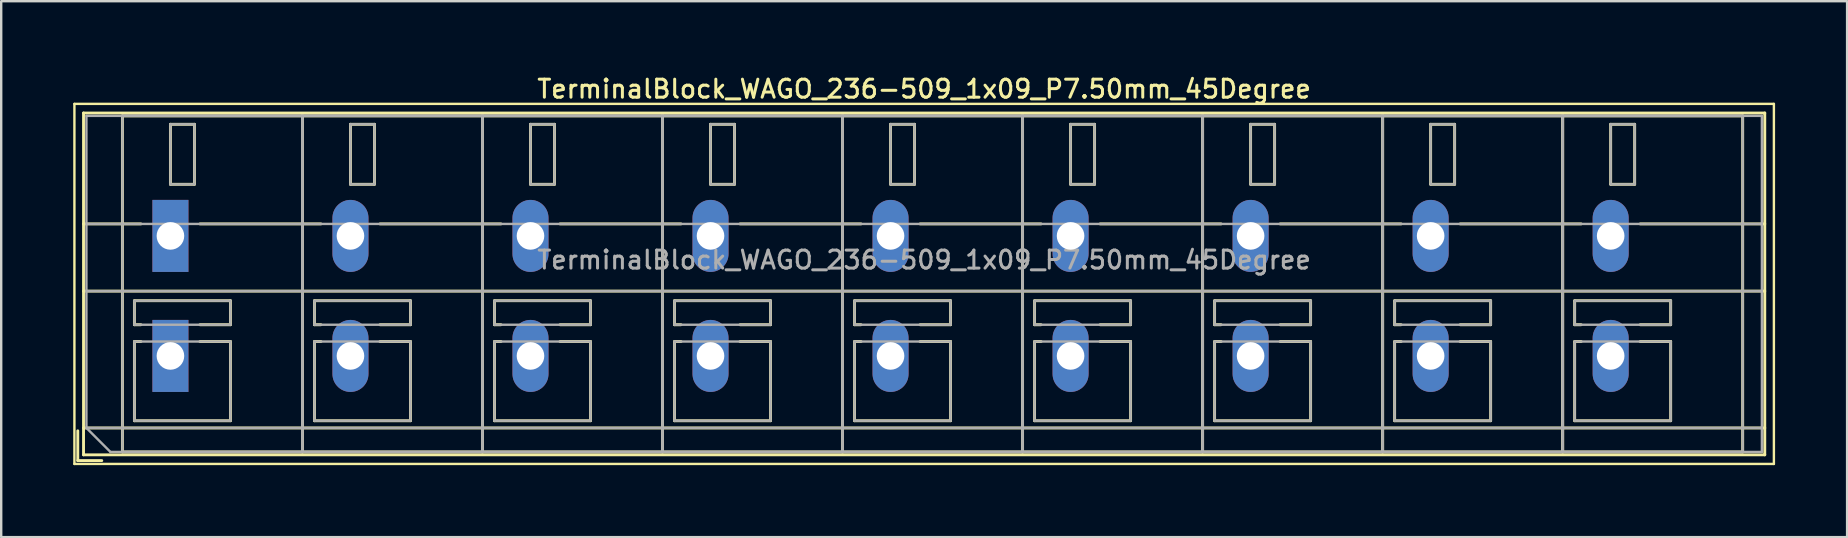
<source format=kicad_pcb>
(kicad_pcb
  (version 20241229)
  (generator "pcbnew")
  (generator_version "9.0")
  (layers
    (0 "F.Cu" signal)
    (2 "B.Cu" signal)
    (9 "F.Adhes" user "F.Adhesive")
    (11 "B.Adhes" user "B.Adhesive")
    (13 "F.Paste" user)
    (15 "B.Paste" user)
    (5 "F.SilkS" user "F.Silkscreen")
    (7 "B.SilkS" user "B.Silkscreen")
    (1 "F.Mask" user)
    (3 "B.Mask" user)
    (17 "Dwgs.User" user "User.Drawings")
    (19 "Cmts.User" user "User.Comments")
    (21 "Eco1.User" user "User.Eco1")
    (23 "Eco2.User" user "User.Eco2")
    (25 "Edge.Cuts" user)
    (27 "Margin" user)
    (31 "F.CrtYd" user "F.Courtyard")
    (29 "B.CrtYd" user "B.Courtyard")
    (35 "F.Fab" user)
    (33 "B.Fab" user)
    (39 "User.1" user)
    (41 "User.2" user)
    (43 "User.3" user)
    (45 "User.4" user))
  (footprint "TerminalBlock_WAGO_236-509_1x09_P7.50mm_45Degree"
    (layer "F.Cu")
    (at 4.05 6.778)
    (property "Reference" "TerminalBlock_WAGO_236-509_1x09_P7.50mm_45Degree" (at 31.4 -6.12 0) (layer "F.SilkS") (effects (font (size 0.75 0.75) (thickness 0.125))))
    (attr through_hole)
    (fp_line (start -4 -5.5) (end -4 9.5) (stroke (width 0.1) (type solid)) (layer "F.SilkS"))
    (fp_line (start -4 9.5) (end 66.8 9.5) (stroke (width 0.1) (type solid)) (layer "F.SilkS"))
    (fp_line (start -3.86 8.12) (end -3.86 9.36) (stroke (width 0.12) (type solid)) (layer "F.SilkS"))
    (fp_line (start -3.86 9.36) (end -2.86 9.36) (stroke (width 0.12) (type solid)) (layer "F.SilkS"))
    (fp_line (start -3.62 -5.12) (end -3.62 9.12) (stroke (width 0.12) (type solid)) (layer "F.SilkS"))
    (fp_line (start -3.62 -5.12) (end 66.42 -5.12) (stroke (width 0.12) (type solid)) (layer "F.SilkS"))
    (fp_line (start -3.62 -0.5) (end -1.23 -0.5) (stroke (width 0.12) (type solid)) (layer "F.SilkS"))
    (fp_line (start -3.62 2.3) (end 66.42 2.3) (stroke (width 0.12) (type solid)) (layer "F.SilkS"))
    (fp_line (start -3.62 8) (end 66.42 8) (stroke (width 0.12) (type solid)) (layer "F.SilkS"))
    (fp_line (start -3.62 9.12) (end 66.42 9.12) (stroke (width 0.12) (type solid)) (layer "F.SilkS"))
    (fp_line (start -2 -5) (end -2 9) (stroke (width 0.12) (type solid)) (layer "F.SilkS"))
    (fp_line (start -2 -5) (end 5.5 -5) (stroke (width 0.12) (type solid)) (layer "F.SilkS"))
    (fp_line (start -2 9) (end 5.5 9) (stroke (width 0.12) (type solid)) (layer "F.SilkS"))
    (fp_line (start -1.5 2.7) (end -1.5 3.7) (stroke (width 0.12) (type solid)) (layer "F.SilkS"))
    (fp_line (start -1.5 2.7) (end 2.5 2.7) (stroke (width 0.12) (type solid)) (layer "F.SilkS"))
    (fp_line (start -1.5 3.7) (end -1.23 3.7) (stroke (width 0.12) (type solid)) (layer "F.SilkS"))
    (fp_line (start -1.5 4.4) (end -1.5 7.7) (stroke (width 0.12) (type solid)) (layer "F.SilkS"))
    (fp_line (start -1.5 4.4) (end -1.23 4.4) (stroke (width 0.12) (type solid)) (layer "F.SilkS"))
    (fp_line (start -1.5 7.7) (end 2.5 7.7) (stroke (width 0.12) (type solid)) (layer "F.SilkS"))
    (fp_line (start 0 -4.65) (end 0 -2.151) (stroke (width 0.12) (type solid)) (layer "F.SilkS"))
    (fp_line (start 0 -4.65) (end 1 -4.65) (stroke (width 0.12) (type solid)) (layer "F.SilkS"))
    (fp_line (start 0 -2.151) (end 1 -2.151) (stroke (width 0.12) (type solid)) (layer "F.SilkS"))
    (fp_line (start 1 -4.65) (end 1 -2.151) (stroke (width 0.12) (type solid)) (layer "F.SilkS"))
    (fp_line (start 1.23 -0.5) (end 6.27 -0.5) (stroke (width 0.12) (type solid)) (layer "F.SilkS"))
    (fp_line (start 1.23 3.7) (end 2.5 3.7) (stroke (width 0.12) (type solid)) (layer "F.SilkS"))
    (fp_line (start 1.23 4.4) (end 2.5 4.4) (stroke (width 0.12) (type solid)) (layer "F.SilkS"))
    (fp_line (start 2.5 2.7) (end 2.5 3.7) (stroke (width 0.12) (type solid)) (layer "F.SilkS"))
    (fp_line (start 2.5 4.4) (end 2.5 7.7) (stroke (width 0.12) (type solid)) (layer "F.SilkS"))
    (fp_line (start 5.5 -5) (end 5.5 9) (stroke (width 0.12) (type solid)) (layer "F.SilkS"))
    (fp_line (start 5.5 -5) (end 5.5 9) (stroke (width 0.12) (type solid)) (layer "F.SilkS"))
    (fp_line (start 5.5 -5) (end 13 -5) (stroke (width 0.12) (type solid)) (layer "F.SilkS"))
    (fp_line (start 5.5 9) (end 13 9) (stroke (width 0.12) (type solid)) (layer "F.SilkS"))
    (fp_line (start 6 2.7) (end 6 3.7) (stroke (width 0.12) (type solid)) (layer "F.SilkS"))
    (fp_line (start 6 2.7) (end 10 2.7) (stroke (width 0.12) (type solid)) (layer "F.SilkS"))
    (fp_line (start 6 3.7) (end 6.27 3.7) (stroke (width 0.12) (type solid)) (layer "F.SilkS"))
    (fp_line (start 6 4.4) (end 6 7.7) (stroke (width 0.12) (type solid)) (layer "F.SilkS"))
    (fp_line (start 6 4.4) (end 6.27 4.4) (stroke (width 0.12) (type solid)) (layer "F.SilkS"))
    (fp_line (start 6 7.7) (end 10 7.7) (stroke (width 0.12) (type solid)) (layer "F.SilkS"))
    (fp_line (start 7.5 -4.65) (end 7.5 -2.151) (stroke (width 0.12) (type solid)) (layer "F.SilkS"))
    (fp_line (start 7.5 -4.65) (end 8.5 -4.65) (stroke (width 0.12) (type solid)) (layer "F.SilkS"))
    (fp_line (start 7.5 -2.151) (end 8.5 -2.151) (stroke (width 0.12) (type solid)) (layer "F.SilkS"))
    (fp_line (start 8.5 -4.65) (end 8.5 -2.151) (stroke (width 0.12) (type solid)) (layer "F.SilkS"))
    (fp_line (start 8.73 -0.5) (end 13.77 -0.5) (stroke (width 0.12) (type solid)) (layer "F.SilkS"))
    (fp_line (start 8.73 3.7) (end 10 3.7) (stroke (width 0.12) (type solid)) (layer "F.SilkS"))
    (fp_line (start 8.73 4.4) (end 10 4.4) (stroke (width 0.12) (type solid)) (layer "F.SilkS"))
    (fp_line (start 10 2.7) (end 10 3.7) (stroke (width 0.12) (type solid)) (layer "F.SilkS"))
    (fp_line (start 10 4.4) (end 10 7.7) (stroke (width 0.12) (type solid)) (layer "F.SilkS"))
    (fp_line (start 13 -5) (end 13 9) (stroke (width 0.12) (type solid)) (layer "F.SilkS"))
    (fp_line (start 13 -5) (end 13 9) (stroke (width 0.12) (type solid)) (layer "F.SilkS"))
    (fp_line (start 13 -5) (end 20.5 -5) (stroke (width 0.12) (type solid)) (layer "F.SilkS"))
    (fp_line (start 13 9) (end 20.5 9) (stroke (width 0.12) (type solid)) (layer "F.SilkS"))
    (fp_line (start 13.5 2.7) (end 13.5 3.7) (stroke (width 0.12) (type solid)) (layer "F.SilkS"))
    (fp_line (start 13.5 2.7) (end 17.5 2.7) (stroke (width 0.12) (type solid)) (layer "F.SilkS"))
    (fp_line (start 13.5 3.7) (end 13.77 3.7) (stroke (width 0.12) (type solid)) (layer "F.SilkS"))
    (fp_line (start 13.5 4.4) (end 13.5 7.7) (stroke (width 0.12) (type solid)) (layer "F.SilkS"))
    (fp_line (start 13.5 4.4) (end 13.77 4.4) (stroke (width 0.12) (type solid)) (layer "F.SilkS"))
    (fp_line (start 13.5 7.7) (end 17.5 7.7) (stroke (width 0.12) (type solid)) (layer "F.SilkS"))
    (fp_line (start 15 -4.65) (end 15 -2.151) (stroke (width 0.12) (type solid)) (layer "F.SilkS"))
    (fp_line (start 15 -4.65) (end 16 -4.65) (stroke (width 0.12) (type solid)) (layer "F.SilkS"))
    (fp_line (start 15 -2.151) (end 16 -2.151) (stroke (width 0.12) (type solid)) (layer "F.SilkS"))
    (fp_line (start 16 -4.65) (end 16 -2.151) (stroke (width 0.12) (type solid)) (layer "F.SilkS"))
    (fp_line (start 16.23 -0.5) (end 21.27 -0.5) (stroke (width 0.12) (type solid)) (layer "F.SilkS"))
    (fp_line (start 16.23 3.7) (end 17.5 3.7) (stroke (width 0.12) (type solid)) (layer "F.SilkS"))
    (fp_line (start 16.23 4.4) (end 17.5 4.4) (stroke (width 0.12) (type solid)) (layer "F.SilkS"))
    (fp_line (start 17.5 2.7) (end 17.5 3.7) (stroke (width 0.12) (type solid)) (layer "F.SilkS"))
    (fp_line (start 17.5 4.4) (end 17.5 7.7) (stroke (width 0.12) (type solid)) (layer "F.SilkS"))
    (fp_line (start 20.5 -5) (end 20.5 9) (stroke (width 0.12) (type solid)) (layer "F.SilkS"))
    (fp_line (start 20.5 -5) (end 20.5 9) (stroke (width 0.12) (type solid)) (layer "F.SilkS"))
    (fp_line (start 20.5 -5) (end 28 -5) (stroke (width 0.12) (type solid)) (layer "F.SilkS"))
    (fp_line (start 20.5 9) (end 28 9) (stroke (width 0.12) (type solid)) (layer "F.SilkS"))
    (fp_line (start 21 2.7) (end 21 3.7) (stroke (width 0.12) (type solid)) (layer "F.SilkS"))
    (fp_line (start 21 2.7) (end 25 2.7) (stroke (width 0.12) (type solid)) (layer "F.SilkS"))
    (fp_line (start 21 3.7) (end 21.27 3.7) (stroke (width 0.12) (type solid)) (layer "F.SilkS"))
    (fp_line (start 21 4.4) (end 21 7.7) (stroke (width 0.12) (type solid)) (layer "F.SilkS"))
    (fp_line (start 21 4.4) (end 21.27 4.4) (stroke (width 0.12) (type solid)) (layer "F.SilkS"))
    (fp_line (start 21 7.7) (end 25 7.7) (stroke (width 0.12) (type solid)) (layer "F.SilkS"))
    (fp_line (start 22.5 -4.65) (end 22.5 -2.151) (stroke (width 0.12) (type solid)) (layer "F.SilkS"))
    (fp_line (start 22.5 -4.65) (end 23.5 -4.65) (stroke (width 0.12) (type solid)) (layer "F.SilkS"))
    (fp_line (start 22.5 -2.151) (end 23.5 -2.151) (stroke (width 0.12) (type solid)) (layer "F.SilkS"))
    (fp_line (start 23.5 -4.65) (end 23.5 -2.151) (stroke (width 0.12) (type solid)) (layer "F.SilkS"))
    (fp_line (start 23.73 -0.5) (end 28.77 -0.5) (stroke (width 0.12) (type solid)) (layer "F.SilkS"))
    (fp_line (start 23.73 3.7) (end 25 3.7) (stroke (width 0.12) (type solid)) (layer "F.SilkS"))
    (fp_line (start 23.73 4.4) (end 25 4.4) (stroke (width 0.12) (type solid)) (layer "F.SilkS"))
    (fp_line (start 25 2.7) (end 25 3.7) (stroke (width 0.12) (type solid)) (layer "F.SilkS"))
    (fp_line (start 25 4.4) (end 25 7.7) (stroke (width 0.12) (type solid)) (layer "F.SilkS"))
    (fp_line (start 28 -5) (end 28 9) (stroke (width 0.12) (type solid)) (layer "F.SilkS"))
    (fp_line (start 28 -5) (end 28 9) (stroke (width 0.12) (type solid)) (layer "F.SilkS"))
    (fp_line (start 28 -5) (end 35.5 -5) (stroke (width 0.12) (type solid)) (layer "F.SilkS"))
    (fp_line (start 28 9) (end 35.5 9) (stroke (width 0.12) (type solid)) (layer "F.SilkS"))
    (fp_line (start 28.5 2.7) (end 28.5 3.7) (stroke (width 0.12) (type solid)) (layer "F.SilkS"))
    (fp_line (start 28.5 2.7) (end 32.5 2.7) (stroke (width 0.12) (type solid)) (layer "F.SilkS"))
    (fp_line (start 28.5 3.7) (end 28.77 3.7) (stroke (width 0.12) (type solid)) (layer "F.SilkS"))
    (fp_line (start 28.5 4.4) (end 28.5 7.7) (stroke (width 0.12) (type solid)) (layer "F.SilkS"))
    (fp_line (start 28.5 4.4) (end 28.77 4.4) (stroke (width 0.12) (type solid)) (layer "F.SilkS"))
    (fp_line (start 28.5 7.7) (end 32.5 7.7) (stroke (width 0.12) (type solid)) (layer "F.SilkS"))
    (fp_line (start 30 -4.65) (end 30 -2.151) (stroke (width 0.12) (type solid)) (layer "F.SilkS"))
    (fp_line (start 30 -4.65) (end 31 -4.65) (stroke (width 0.12) (type solid)) (layer "F.SilkS"))
    (fp_line (start 30 -2.151) (end 31 -2.151) (stroke (width 0.12) (type solid)) (layer "F.SilkS"))
    (fp_line (start 31 -4.65) (end 31 -2.151) (stroke (width 0.12) (type solid)) (layer "F.SilkS"))
    (fp_line (start 31.23 -0.5) (end 36.27 -0.5) (stroke (width 0.12) (type solid)) (layer "F.SilkS"))
    (fp_line (start 31.23 3.7) (end 32.5 3.7) (stroke (width 0.12) (type solid)) (layer "F.SilkS"))
    (fp_line (start 31.23 4.4) (end 32.5 4.4) (stroke (width 0.12) (type solid)) (layer "F.SilkS"))
    (fp_line (start 32.5 2.7) (end 32.5 3.7) (stroke (width 0.12) (type solid)) (layer "F.SilkS"))
    (fp_line (start 32.5 4.4) (end 32.5 7.7) (stroke (width 0.12) (type solid)) (layer "F.SilkS"))
    (fp_line (start 35.5 -5) (end 35.5 9) (stroke (width 0.12) (type solid)) (layer "F.SilkS"))
    (fp_line (start 35.5 -5) (end 35.5 9) (stroke (width 0.12) (type solid)) (layer "F.SilkS"))
    (fp_line (start 35.5 -5) (end 43 -5) (stroke (width 0.12) (type solid)) (layer "F.SilkS"))
    (fp_line (start 35.5 9) (end 43 9) (stroke (width 0.12) (type solid)) (layer "F.SilkS"))
    (fp_line (start 36 2.7) (end 36 3.7) (stroke (width 0.12) (type solid)) (layer "F.SilkS"))
    (fp_line (start 36 2.7) (end 40 2.7) (stroke (width 0.12) (type solid)) (layer "F.SilkS"))
    (fp_line (start 36 3.7) (end 36.27 3.7) (stroke (width 0.12) (type solid)) (layer "F.SilkS"))
    (fp_line (start 36 4.4) (end 36 7.7) (stroke (width 0.12) (type solid)) (layer "F.SilkS"))
    (fp_line (start 36 4.4) (end 36.27 4.4) (stroke (width 0.12) (type solid)) (layer "F.SilkS"))
    (fp_line (start 36 7.7) (end 40 7.7) (stroke (width 0.12) (type solid)) (layer "F.SilkS"))
    (fp_line (start 37.5 -4.65) (end 37.5 -2.151) (stroke (width 0.12) (type solid)) (layer "F.SilkS"))
    (fp_line (start 37.5 -4.65) (end 38.5 -4.65) (stroke (width 0.12) (type solid)) (layer "F.SilkS"))
    (fp_line (start 37.5 -2.151) (end 38.5 -2.151) (stroke (width 0.12) (type solid)) (layer "F.SilkS"))
    (fp_line (start 38.5 -4.65) (end 38.5 -2.151) (stroke (width 0.12) (type solid)) (layer "F.SilkS"))
    (fp_line (start 38.73 -0.5) (end 43.77 -0.5) (stroke (width 0.12) (type solid)) (layer "F.SilkS"))
    (fp_line (start 38.73 3.7) (end 40 3.7) (stroke (width 0.12) (type solid)) (layer "F.SilkS"))
    (fp_line (start 38.73 4.4) (end 40 4.4) (stroke (width 0.12) (type solid)) (layer "F.SilkS"))
    (fp_line (start 40 2.7) (end 40 3.7) (stroke (width 0.12) (type solid)) (layer "F.SilkS"))
    (fp_line (start 40 4.4) (end 40 7.7) (stroke (width 0.12) (type solid)) (layer "F.SilkS"))
    (fp_line (start 43 -5) (end 43 9) (stroke (width 0.12) (type solid)) (layer "F.SilkS"))
    (fp_line (start 43 -5) (end 43 9) (stroke (width 0.12) (type solid)) (layer "F.SilkS"))
    (fp_line (start 43 -5) (end 50.5 -5) (stroke (width 0.12) (type solid)) (layer "F.SilkS"))
    (fp_line (start 43 9) (end 50.5 9) (stroke (width 0.12) (type solid)) (layer "F.SilkS"))
    (fp_line (start 43.5 2.7) (end 43.5 3.7) (stroke (width 0.12) (type solid)) (layer "F.SilkS"))
    (fp_line (start 43.5 2.7) (end 47.5 2.7) (stroke (width 0.12) (type solid)) (layer "F.SilkS"))
    (fp_line (start 43.5 3.7) (end 43.77 3.7) (stroke (width 0.12) (type solid)) (layer "F.SilkS"))
    (fp_line (start 43.5 4.4) (end 43.5 7.7) (stroke (width 0.12) (type solid)) (layer "F.SilkS"))
    (fp_line (start 43.5 4.4) (end 43.77 4.4) (stroke (width 0.12) (type solid)) (layer "F.SilkS"))
    (fp_line (start 43.5 7.7) (end 47.5 7.7) (stroke (width 0.12) (type solid)) (layer "F.SilkS"))
    (fp_line (start 45 -4.65) (end 45 -2.151) (stroke (width 0.12) (type solid)) (layer "F.SilkS"))
    (fp_line (start 45 -4.65) (end 46 -4.65) (stroke (width 0.12) (type solid)) (layer "F.SilkS"))
    (fp_line (start 45 -2.151) (end 46 -2.151) (stroke (width 0.12) (type solid)) (layer "F.SilkS"))
    (fp_line (start 46 -4.65) (end 46 -2.151) (stroke (width 0.12) (type solid)) (layer "F.SilkS"))
    (fp_line (start 46.23 -0.5) (end 51.27 -0.5) (stroke (width 0.12) (type solid)) (layer "F.SilkS"))
    (fp_line (start 46.23 3.7) (end 47.5 3.7) (stroke (width 0.12) (type solid)) (layer "F.SilkS"))
    (fp_line (start 46.23 4.4) (end 47.5 4.4) (stroke (width 0.12) (type solid)) (layer "F.SilkS"))
    (fp_line (start 47.5 2.7) (end 47.5 3.7) (stroke (width 0.12) (type solid)) (layer "F.SilkS"))
    (fp_line (start 47.5 4.4) (end 47.5 7.7) (stroke (width 0.12) (type solid)) (layer "F.SilkS"))
    (fp_line (start 50.5 -5) (end 50.5 9) (stroke (width 0.12) (type solid)) (layer "F.SilkS"))
    (fp_line (start 50.5 -5) (end 50.5 9) (stroke (width 0.12) (type solid)) (layer "F.SilkS"))
    (fp_line (start 50.5 -5) (end 58 -5) (stroke (width 0.12) (type solid)) (layer "F.SilkS"))
    (fp_line (start 50.5 9) (end 58 9) (stroke (width 0.12) (type solid)) (layer "F.SilkS"))
    (fp_line (start 51 2.7) (end 51 3.7) (stroke (width 0.12) (type solid)) (layer "F.SilkS"))
    (fp_line (start 51 2.7) (end 55 2.7) (stroke (width 0.12) (type solid)) (layer "F.SilkS"))
    (fp_line (start 51 3.7) (end 51.27 3.7) (stroke (width 0.12) (type solid)) (layer "F.SilkS"))
    (fp_line (start 51 4.4) (end 51 7.7) (stroke (width 0.12) (type solid)) (layer "F.SilkS"))
    (fp_line (start 51 4.4) (end 51.27 4.4) (stroke (width 0.12) (type solid)) (layer "F.SilkS"))
    (fp_line (start 51 7.7) (end 55 7.7) (stroke (width 0.12) (type solid)) (layer "F.SilkS"))
    (fp_line (start 52.5 -4.65) (end 52.5 -2.151) (stroke (width 0.12) (type solid)) (layer "F.SilkS"))
    (fp_line (start 52.5 -4.65) (end 53.5 -4.65) (stroke (width 0.12) (type solid)) (layer "F.SilkS"))
    (fp_line (start 52.5 -2.151) (end 53.5 -2.151) (stroke (width 0.12) (type solid)) (layer "F.SilkS"))
    (fp_line (start 53.5 -4.65) (end 53.5 -2.151) (stroke (width 0.12) (type solid)) (layer "F.SilkS"))
    (fp_line (start 53.73 -0.5) (end 58.77 -0.5) (stroke (width 0.12) (type solid)) (layer "F.SilkS"))
    (fp_line (start 53.73 3.7) (end 55 3.7) (stroke (width 0.12) (type solid)) (layer "F.SilkS"))
    (fp_line (start 53.73 4.4) (end 55 4.4) (stroke (width 0.12) (type solid)) (layer "F.SilkS"))
    (fp_line (start 55 2.7) (end 55 3.7) (stroke (width 0.12) (type solid)) (layer "F.SilkS"))
    (fp_line (start 55 4.4) (end 55 7.7) (stroke (width 0.12) (type solid)) (layer "F.SilkS"))
    (fp_line (start 58 -5) (end 58 9) (stroke (width 0.12) (type solid)) (layer "F.SilkS"))
    (fp_line (start 58 -5) (end 58 9) (stroke (width 0.12) (type solid)) (layer "F.SilkS"))
    (fp_line (start 58 -5) (end 65.5 -5) (stroke (width 0.12) (type solid)) (layer "F.SilkS"))
    (fp_line (start 58 9) (end 65.5 9) (stroke (width 0.12) (type solid)) (layer "F.SilkS"))
    (fp_line (start 58.5 2.7) (end 58.5 3.7) (stroke (width 0.12) (type solid)) (layer "F.SilkS"))
    (fp_line (start 58.5 2.7) (end 62.5 2.7) (stroke (width 0.12) (type solid)) (layer "F.SilkS"))
    (fp_line (start 58.5 3.7) (end 58.77 3.7) (stroke (width 0.12) (type solid)) (layer "F.SilkS"))
    (fp_line (start 58.5 4.4) (end 58.5 7.7) (stroke (width 0.12) (type solid)) (layer "F.SilkS"))
    (fp_line (start 58.5 4.4) (end 58.77 4.4) (stroke (width 0.12) (type solid)) (layer "F.SilkS"))
    (fp_line (start 58.5 7.7) (end 62.5 7.7) (stroke (width 0.12) (type solid)) (layer "F.SilkS"))
    (fp_line (start 60 -4.65) (end 60 -2.151) (stroke (width 0.12) (type solid)) (layer "F.SilkS"))
    (fp_line (start 60 -4.65) (end 61 -4.65) (stroke (width 0.12) (type solid)) (layer "F.SilkS"))
    (fp_line (start 60 -2.151) (end 61 -2.151) (stroke (width 0.12) (type solid)) (layer "F.SilkS"))
    (fp_line (start 61 -4.65) (end 61 -2.151) (stroke (width 0.12) (type solid)) (layer "F.SilkS"))
    (fp_line (start 61.23 -0.5) (end 66.42 -0.5) (stroke (width 0.12) (type solid)) (layer "F.SilkS"))
    (fp_line (start 61.23 3.7) (end 62.5 3.7) (stroke (width 0.12) (type solid)) (layer "F.SilkS"))
    (fp_line (start 61.23 4.4) (end 62.5 4.4) (stroke (width 0.12) (type solid)) (layer "F.SilkS"))
    (fp_line (start 62.5 2.7) (end 62.5 3.7) (stroke (width 0.12) (type solid)) (layer "F.SilkS"))
    (fp_line (start 62.5 4.4) (end 62.5 7.7) (stroke (width 0.12) (type solid)) (layer "F.SilkS"))
    (fp_line (start 65.5 -5) (end 65.5 9) (stroke (width 0.12) (type solid)) (layer "F.SilkS"))
    (fp_line (start 66.42 -5.12) (end 66.42 9.12) (stroke (width 0.12) (type solid)) (layer "F.SilkS"))
    (fp_line (start 66.8 -5.5) (end -4 -5.5) (stroke (width 0.1) (type solid)) (layer "F.SilkS"))
    (fp_line (start 66.8 9.5) (end 66.8 -5.5) (stroke (width 0.1) (type solid)) (layer "F.SilkS"))
    (fp_line (start -3.5 -5) (end 66.3 -5) (stroke (width 0.1) (type solid)) (layer "F.Fab"))
    (fp_line (start -3.5 -0.5) (end 66.3 -0.5) (stroke (width 0.1) (type solid)) (layer "F.Fab"))
    (fp_line (start -3.5 2.3) (end 66.3 2.3) (stroke (width 0.1) (type solid)) (layer "F.Fab"))
    (fp_line (start -3.5 8) (end -3.5 -5) (stroke (width 0.1) (type solid)) (layer "F.Fab"))
    (fp_line (start -3.5 8) (end 66.3 8) (stroke (width 0.1) (type solid)) (layer "F.Fab"))
    (fp_line (start -2.5 9) (end -3.5 8) (stroke (width 0.1) (type solid)) (layer "F.Fab"))
    (fp_line (start -2 -5) (end -2 9) (stroke (width 0.1) (type solid)) (layer "F.Fab"))
    (fp_line (start -2 9) (end 5.5 9) (stroke (width 0.1) (type solid)) (layer "F.Fab"))
    (fp_line (start -1.5 2.7) (end -1.5 3.7) (stroke (width 0.1) (type solid)) (layer "F.Fab"))
    (fp_line (start -1.5 3.7) (end 2.5 3.7) (stroke (width 0.1) (type solid)) (layer "F.Fab"))
    (fp_line (start -1.5 4.4) (end -1.5 7.7) (stroke (width 0.1) (type solid)) (layer "F.Fab"))
    (fp_line (start -1.5 7.7) (end 2.5 7.7) (stroke (width 0.1) (type solid)) (layer "F.Fab"))
    (fp_line (start 0 -4.65) (end 0 -2.15) (stroke (width 0.1) (type solid)) (layer "F.Fab"))
    (fp_line (start 0 -2.15) (end 1 -2.15) (stroke (width 0.1) (type solid)) (layer "F.Fab"))
    (fp_line (start 1 -4.65) (end 0 -4.65) (stroke (width 0.1) (type solid)) (layer "F.Fab"))
    (fp_line (start 1 -2.15) (end 1 -4.65) (stroke (width 0.1) (type solid)) (layer "F.Fab"))
    (fp_line (start 2.5 2.7) (end -1.5 2.7) (stroke (width 0.1) (type solid)) (layer "F.Fab"))
    (fp_line (start 2.5 3.7) (end 2.5 2.7) (stroke (width 0.1) (type solid)) (layer "F.Fab"))
    (fp_line (start 2.5 4.4) (end -1.5 4.4) (stroke (width 0.1) (type solid)) (layer "F.Fab"))
    (fp_line (start 2.5 7.7) (end 2.5 4.4) (stroke (width 0.1) (type solid)) (layer "F.Fab"))
    (fp_line (start 5.5 -5) (end -2 -5) (stroke (width 0.1) (type solid)) (layer "F.Fab"))
    (fp_line (start 5.5 -5) (end 5.5 9) (stroke (width 0.1) (type solid)) (layer "F.Fab"))
    (fp_line (start 5.5 9) (end 5.5 -5) (stroke (width 0.1) (type solid)) (layer "F.Fab"))
    (fp_line (start 5.5 9) (end 13 9) (stroke (width 0.1) (type solid)) (layer "F.Fab"))
    (fp_line (start 6 2.7) (end 6 3.7) (stroke (width 0.1) (type solid)) (layer "F.Fab"))
    (fp_line (start 6 3.7) (end 10 3.7) (stroke (width 0.1) (type solid)) (layer "F.Fab"))
    (fp_line (start 6 4.4) (end 6 7.7) (stroke (width 0.1) (type solid)) (layer "F.Fab"))
    (fp_line (start 6 7.7) (end 10 7.7) (stroke (width 0.1) (type solid)) (layer "F.Fab"))
    (fp_line (start 7.5 -4.65) (end 7.5 -2.15) (stroke (width 0.1) (type solid)) (layer "F.Fab"))
    (fp_line (start 7.5 -2.15) (end 8.5 -2.15) (stroke (width 0.1) (type solid)) (layer "F.Fab"))
    (fp_line (start 8.5 -4.65) (end 7.5 -4.65) (stroke (width 0.1) (type solid)) (layer "F.Fab"))
    (fp_line (start 8.5 -2.15) (end 8.5 -4.65) (stroke (width 0.1) (type solid)) (layer "F.Fab"))
    (fp_line (start 10 2.7) (end 6 2.7) (stroke (width 0.1) (type solid)) (layer "F.Fab"))
    (fp_line (start 10 3.7) (end 10 2.7) (stroke (width 0.1) (type solid)) (layer "F.Fab"))
    (fp_line (start 10 4.4) (end 6 4.4) (stroke (width 0.1) (type solid)) (layer "F.Fab"))
    (fp_line (start 10 7.7) (end 10 4.4) (stroke (width 0.1) (type solid)) (layer "F.Fab"))
    (fp_line (start 13 -5) (end 5.5 -5) (stroke (width 0.1) (type solid)) (layer "F.Fab"))
    (fp_line (start 13 -5) (end 13 9) (stroke (width 0.1) (type solid)) (layer "F.Fab"))
    (fp_line (start 13 9) (end 13 -5) (stroke (width 0.1) (type solid)) (layer "F.Fab"))
    (fp_line (start 13 9) (end 20.5 9) (stroke (width 0.1) (type solid)) (layer "F.Fab"))
    (fp_line (start 13.5 2.7) (end 13.5 3.7) (stroke (width 0.1) (type solid)) (layer "F.Fab"))
    (fp_line (start 13.5 3.7) (end 17.5 3.7) (stroke (width 0.1) (type solid)) (layer "F.Fab"))
    (fp_line (start 13.5 4.4) (end 13.5 7.7) (stroke (width 0.1) (type solid)) (layer "F.Fab"))
    (fp_line (start 13.5 7.7) (end 17.5 7.7) (stroke (width 0.1) (type solid)) (layer "F.Fab"))
    (fp_line (start 15 -4.65) (end 15 -2.15) (stroke (width 0.1) (type solid)) (layer "F.Fab"))
    (fp_line (start 15 -2.15) (end 16 -2.15) (stroke (width 0.1) (type solid)) (layer "F.Fab"))
    (fp_line (start 16 -4.65) (end 15 -4.65) (stroke (width 0.1) (type solid)) (layer "F.Fab"))
    (fp_line (start 16 -2.15) (end 16 -4.65) (stroke (width 0.1) (type solid)) (layer "F.Fab"))
    (fp_line (start 17.5 2.7) (end 13.5 2.7) (stroke (width 0.1) (type solid)) (layer "F.Fab"))
    (fp_line (start 17.5 3.7) (end 17.5 2.7) (stroke (width 0.1) (type solid)) (layer "F.Fab"))
    (fp_line (start 17.5 4.4) (end 13.5 4.4) (stroke (width 0.1) (type solid)) (layer "F.Fab"))
    (fp_line (start 17.5 7.7) (end 17.5 4.4) (stroke (width 0.1) (type solid)) (layer "F.Fab"))
    (fp_line (start 20.5 -5) (end 13 -5) (stroke (width 0.1) (type solid)) (layer "F.Fab"))
    (fp_line (start 20.5 -5) (end 20.5 9) (stroke (width 0.1) (type solid)) (layer "F.Fab"))
    (fp_line (start 20.5 9) (end 20.5 -5) (stroke (width 0.1) (type solid)) (layer "F.Fab"))
    (fp_line (start 20.5 9) (end 28 9) (stroke (width 0.1) (type solid)) (layer "F.Fab"))
    (fp_line (start 21 2.7) (end 21 3.7) (stroke (width 0.1) (type solid)) (layer "F.Fab"))
    (fp_line (start 21 3.7) (end 25 3.7) (stroke (width 0.1) (type solid)) (layer "F.Fab"))
    (fp_line (start 21 4.4) (end 21 7.7) (stroke (width 0.1) (type solid)) (layer "F.Fab"))
    (fp_line (start 21 7.7) (end 25 7.7) (stroke (width 0.1) (type solid)) (layer "F.Fab"))
    (fp_line (start 22.5 -4.65) (end 22.5 -2.15) (stroke (width 0.1) (type solid)) (layer "F.Fab"))
    (fp_line (start 22.5 -2.15) (end 23.5 -2.15) (stroke (width 0.1) (type solid)) (layer "F.Fab"))
    (fp_line (start 23.5 -4.65) (end 22.5 -4.65) (stroke (width 0.1) (type solid)) (layer "F.Fab"))
    (fp_line (start 23.5 -2.15) (end 23.5 -4.65) (stroke (width 0.1) (type solid)) (layer "F.Fab"))
    (fp_line (start 25 2.7) (end 21 2.7) (stroke (width 0.1) (type solid)) (layer "F.Fab"))
    (fp_line (start 25 3.7) (end 25 2.7) (stroke (width 0.1) (type solid)) (layer "F.Fab"))
    (fp_line (start 25 4.4) (end 21 4.4) (stroke (width 0.1) (type solid)) (layer "F.Fab"))
    (fp_line (start 25 7.7) (end 25 4.4) (stroke (width 0.1) (type solid)) (layer "F.Fab"))
    (fp_line (start 28 -5) (end 20.5 -5) (stroke (width 0.1) (type solid)) (layer "F.Fab"))
    (fp_line (start 28 -5) (end 28 9) (stroke (width 0.1) (type solid)) (layer "F.Fab"))
    (fp_line (start 28 9) (end 28 -5) (stroke (width 0.1) (type solid)) (layer "F.Fab"))
    (fp_line (start 28 9) (end 35.5 9) (stroke (width 0.1) (type solid)) (layer "F.Fab"))
    (fp_line (start 28.5 2.7) (end 28.5 3.7) (stroke (width 0.1) (type solid)) (layer "F.Fab"))
    (fp_line (start 28.5 3.7) (end 32.5 3.7) (stroke (width 0.1) (type solid)) (layer "F.Fab"))
    (fp_line (start 28.5 4.4) (end 28.5 7.7) (stroke (width 0.1) (type solid)) (layer "F.Fab"))
    (fp_line (start 28.5 7.7) (end 32.5 7.7) (stroke (width 0.1) (type solid)) (layer "F.Fab"))
    (fp_line (start 30 -4.65) (end 30 -2.15) (stroke (width 0.1) (type solid)) (layer "F.Fab"))
    (fp_line (start 30 -2.15) (end 31 -2.15) (stroke (width 0.1) (type solid)) (layer "F.Fab"))
    (fp_line (start 31 -4.65) (end 30 -4.65) (stroke (width 0.1) (type solid)) (layer "F.Fab"))
    (fp_line (start 31 -2.15) (end 31 -4.65) (stroke (width 0.1) (type solid)) (layer "F.Fab"))
    (fp_line (start 32.5 2.7) (end 28.5 2.7) (stroke (width 0.1) (type solid)) (layer "F.Fab"))
    (fp_line (start 32.5 3.7) (end 32.5 2.7) (stroke (width 0.1) (type solid)) (layer "F.Fab"))
    (fp_line (start 32.5 4.4) (end 28.5 4.4) (stroke (width 0.1) (type solid)) (layer "F.Fab"))
    (fp_line (start 32.5 7.7) (end 32.5 4.4) (stroke (width 0.1) (type solid)) (layer "F.Fab"))
    (fp_line (start 35.5 -5) (end 28 -5) (stroke (width 0.1) (type solid)) (layer "F.Fab"))
    (fp_line (start 35.5 -5) (end 35.5 9) (stroke (width 0.1) (type solid)) (layer "F.Fab"))
    (fp_line (start 35.5 9) (end 35.5 -5) (stroke (width 0.1) (type solid)) (layer "F.Fab"))
    (fp_line (start 35.5 9) (end 43 9) (stroke (width 0.1) (type solid)) (layer "F.Fab"))
    (fp_line (start 36 2.7) (end 36 3.7) (stroke (width 0.1) (type solid)) (layer "F.Fab"))
    (fp_line (start 36 3.7) (end 40 3.7) (stroke (width 0.1) (type solid)) (layer "F.Fab"))
    (fp_line (start 36 4.4) (end 36 7.7) (stroke (width 0.1) (type solid)) (layer "F.Fab"))
    (fp_line (start 36 7.7) (end 40 7.7) (stroke (width 0.1) (type solid)) (layer "F.Fab"))
    (fp_line (start 37.5 -4.65) (end 37.5 -2.15) (stroke (width 0.1) (type solid)) (layer "F.Fab"))
    (fp_line (start 37.5 -2.15) (end 38.5 -2.15) (stroke (width 0.1) (type solid)) (layer "F.Fab"))
    (fp_line (start 38.5 -4.65) (end 37.5 -4.65) (stroke (width 0.1) (type solid)) (layer "F.Fab"))
    (fp_line (start 38.5 -2.15) (end 38.5 -4.65) (stroke (width 0.1) (type solid)) (layer "F.Fab"))
    (fp_line (start 40 2.7) (end 36 2.7) (stroke (width 0.1) (type solid)) (layer "F.Fab"))
    (fp_line (start 40 3.7) (end 40 2.7) (stroke (width 0.1) (type solid)) (layer "F.Fab"))
    (fp_line (start 40 4.4) (end 36 4.4) (stroke (width 0.1) (type solid)) (layer "F.Fab"))
    (fp_line (start 40 7.7) (end 40 4.4) (stroke (width 0.1) (type solid)) (layer "F.Fab"))
    (fp_line (start 43 -5) (end 35.5 -5) (stroke (width 0.1) (type solid)) (layer "F.Fab"))
    (fp_line (start 43 -5) (end 43 9) (stroke (width 0.1) (type solid)) (layer "F.Fab"))
    (fp_line (start 43 9) (end 43 -5) (stroke (width 0.1) (type solid)) (layer "F.Fab"))
    (fp_line (start 43 9) (end 50.5 9) (stroke (width 0.1) (type solid)) (layer "F.Fab"))
    (fp_line (start 43.5 2.7) (end 43.5 3.7) (stroke (width 0.1) (type solid)) (layer "F.Fab"))
    (fp_line (start 43.5 3.7) (end 47.5 3.7) (stroke (width 0.1) (type solid)) (layer "F.Fab"))
    (fp_line (start 43.5 4.4) (end 43.5 7.7) (stroke (width 0.1) (type solid)) (layer "F.Fab"))
    (fp_line (start 43.5 7.7) (end 47.5 7.7) (stroke (width 0.1) (type solid)) (layer "F.Fab"))
    (fp_line (start 45 -4.65) (end 45 -2.15) (stroke (width 0.1) (type solid)) (layer "F.Fab"))
    (fp_line (start 45 -2.15) (end 46 -2.15) (stroke (width 0.1) (type solid)) (layer "F.Fab"))
    (fp_line (start 46 -4.65) (end 45 -4.65) (stroke (width 0.1) (type solid)) (layer "F.Fab"))
    (fp_line (start 46 -2.15) (end 46 -4.65) (stroke (width 0.1) (type solid)) (layer "F.Fab"))
    (fp_line (start 47.5 2.7) (end 43.5 2.7) (stroke (width 0.1) (type solid)) (layer "F.Fab"))
    (fp_line (start 47.5 3.7) (end 47.5 2.7) (stroke (width 0.1) (type solid)) (layer "F.Fab"))
    (fp_line (start 47.5 4.4) (end 43.5 4.4) (stroke (width 0.1) (type solid)) (layer "F.Fab"))
    (fp_line (start 47.5 7.7) (end 47.5 4.4) (stroke (width 0.1) (type solid)) (layer "F.Fab"))
    (fp_line (start 50.5 -5) (end 43 -5) (stroke (width 0.1) (type solid)) (layer "F.Fab"))
    (fp_line (start 50.5 -5) (end 50.5 9) (stroke (width 0.1) (type solid)) (layer "F.Fab"))
    (fp_line (start 50.5 9) (end 50.5 -5) (stroke (width 0.1) (type solid)) (layer "F.Fab"))
    (fp_line (start 50.5 9) (end 58 9) (stroke (width 0.1) (type solid)) (layer "F.Fab"))
    (fp_line (start 51 2.7) (end 51 3.7) (stroke (width 0.1) (type solid)) (layer "F.Fab"))
    (fp_line (start 51 3.7) (end 55 3.7) (stroke (width 0.1) (type solid)) (layer "F.Fab"))
    (fp_line (start 51 4.4) (end 51 7.7) (stroke (width 0.1) (type solid)) (layer "F.Fab"))
    (fp_line (start 51 7.7) (end 55 7.7) (stroke (width 0.1) (type solid)) (layer "F.Fab"))
    (fp_line (start 52.5 -4.65) (end 52.5 -2.15) (stroke (width 0.1) (type solid)) (layer "F.Fab"))
    (fp_line (start 52.5 -2.15) (end 53.5 -2.15) (stroke (width 0.1) (type solid)) (layer "F.Fab"))
    (fp_line (start 53.5 -4.65) (end 52.5 -4.65) (stroke (width 0.1) (type solid)) (layer "F.Fab"))
    (fp_line (start 53.5 -2.15) (end 53.5 -4.65) (stroke (width 0.1) (type solid)) (layer "F.Fab"))
    (fp_line (start 55 2.7) (end 51 2.7) (stroke (width 0.1) (type solid)) (layer "F.Fab"))
    (fp_line (start 55 3.7) (end 55 2.7) (stroke (width 0.1) (type solid)) (layer "F.Fab"))
    (fp_line (start 55 4.4) (end 51 4.4) (stroke (width 0.1) (type solid)) (layer "F.Fab"))
    (fp_line (start 55 7.7) (end 55 4.4) (stroke (width 0.1) (type solid)) (layer "F.Fab"))
    (fp_line (start 58 -5) (end 50.5 -5) (stroke (width 0.1) (type solid)) (layer "F.Fab"))
    (fp_line (start 58 -5) (end 58 9) (stroke (width 0.1) (type solid)) (layer "F.Fab"))
    (fp_line (start 58 9) (end 58 -5) (stroke (width 0.1) (type solid)) (layer "F.Fab"))
    (fp_line (start 58 9) (end 65.5 9) (stroke (width 0.1) (type solid)) (layer "F.Fab"))
    (fp_line (start 58.5 2.7) (end 58.5 3.7) (stroke (width 0.1) (type solid)) (layer "F.Fab"))
    (fp_line (start 58.5 3.7) (end 62.5 3.7) (stroke (width 0.1) (type solid)) (layer "F.Fab"))
    (fp_line (start 58.5 4.4) (end 58.5 7.7) (stroke (width 0.1) (type solid)) (layer "F.Fab"))
    (fp_line (start 58.5 7.7) (end 62.5 7.7) (stroke (width 0.1) (type solid)) (layer "F.Fab"))
    (fp_line (start 60 -4.65) (end 60 -2.15) (stroke (width 0.1) (type solid)) (layer "F.Fab"))
    (fp_line (start 60 -2.15) (end 61 -2.15) (stroke (width 0.1) (type solid)) (layer "F.Fab"))
    (fp_line (start 61 -4.65) (end 60 -4.65) (stroke (width 0.1) (type solid)) (layer "F.Fab"))
    (fp_line (start 61 -2.15) (end 61 -4.65) (stroke (width 0.1) (type solid)) (layer "F.Fab"))
    (fp_line (start 62.5 2.7) (end 58.5 2.7) (stroke (width 0.1) (type solid)) (layer "F.Fab"))
    (fp_line (start 62.5 3.7) (end 62.5 2.7) (stroke (width 0.1) (type solid)) (layer "F.Fab"))
    (fp_line (start 62.5 4.4) (end 58.5 4.4) (stroke (width 0.1) (type solid)) (layer "F.Fab"))
    (fp_line (start 62.5 7.7) (end 62.5 4.4) (stroke (width 0.1) (type solid)) (layer "F.Fab"))
    (fp_line (start 65.5 -5) (end 58 -5) (stroke (width 0.1) (type solid)) (layer "F.Fab"))
    (fp_line (start 65.5 9) (end 65.5 -5) (stroke (width 0.1) (type solid)) (layer "F.Fab"))
    (fp_line (start 66.3 -5) (end 66.3 9) (stroke (width 0.1) (type solid)) (layer "F.Fab"))
    (fp_line (start 66.3 9) (end -2.5 9) (stroke (width 0.1) (type solid)) (layer "F.Fab"))
    (fp_text user "${REFERENCE}" (at 31.4 1 0) (layer "F.Fab") (effects (font (size 0.75 0.75) (thickness 0.125))))
    (pad "1" thru_hole rect (at 0 0) (size 1.5 3) (drill 1.15) (layers "*.Cu" "*.Mask"))
    (pad "1" thru_hole rect (at 0 5) (size 1.5 3) (drill 1.15) (layers "*.Cu" "*.Mask"))
    (pad "2" thru_hole oval (at 7.5 0) (size 1.5 3) (drill 1.15) (layers "*.Cu" "*.Mask"))
    (pad "2" thru_hole oval (at 7.5 5) (size 1.5 3) (drill 1.15) (layers "*.Cu" "*.Mask"))
    (pad "3" thru_hole oval (at 15 0) (size 1.5 3) (drill 1.15) (layers "*.Cu" "*.Mask"))
    (pad "3" thru_hole oval (at 15 5) (size 1.5 3) (drill 1.15) (layers "*.Cu" "*.Mask"))
    (pad "4" thru_hole oval (at 22.5 0) (size 1.5 3) (drill 1.15) (layers "*.Cu" "*.Mask"))
    (pad "4" thru_hole oval (at 22.5 5) (size 1.5 3) (drill 1.15) (layers "*.Cu" "*.Mask"))
    (pad "5" thru_hole oval (at 30 0) (size 1.5 3) (drill 1.15) (layers "*.Cu" "*.Mask"))
    (pad "5" thru_hole oval (at 30 5) (size 1.5 3) (drill 1.15) (layers "*.Cu" "*.Mask"))
    (pad "6" thru_hole oval (at 37.5 0) (size 1.5 3) (drill 1.15) (layers "*.Cu" "*.Mask"))
    (pad "6" thru_hole oval (at 37.5 5) (size 1.5 3) (drill 1.15) (layers "*.Cu" "*.Mask"))
    (pad "7" thru_hole oval (at 45 0) (size 1.5 3) (drill 1.15) (layers "*.Cu" "*.Mask"))
    (pad "7" thru_hole oval (at 45 5) (size 1.5 3) (drill 1.15) (layers "*.Cu" "*.Mask"))
    (pad "8" thru_hole oval (at 52.5 0) (size 1.5 3) (drill 1.15) (layers "*.Cu" "*.Mask"))
    (pad "8" thru_hole oval (at 52.5 5) (size 1.5 3) (drill 1.15) (layers "*.Cu" "*.Mask"))
    (pad "9" thru_hole oval (at 60 0) (size 1.5 3) (drill 1.15) (layers "*.Cu" "*.Mask"))
    (pad "9" thru_hole oval (at 60 5) (size 1.5 3) (drill 1.15) (layers "*.Cu" "*.Mask")))
  (gr_rect
    (start -3 -3)
    (end 73.9 19.328)
    (stroke (width 0.1) (type default))
    (fill no)
    (layer "Edge.Cuts")))
</source>
